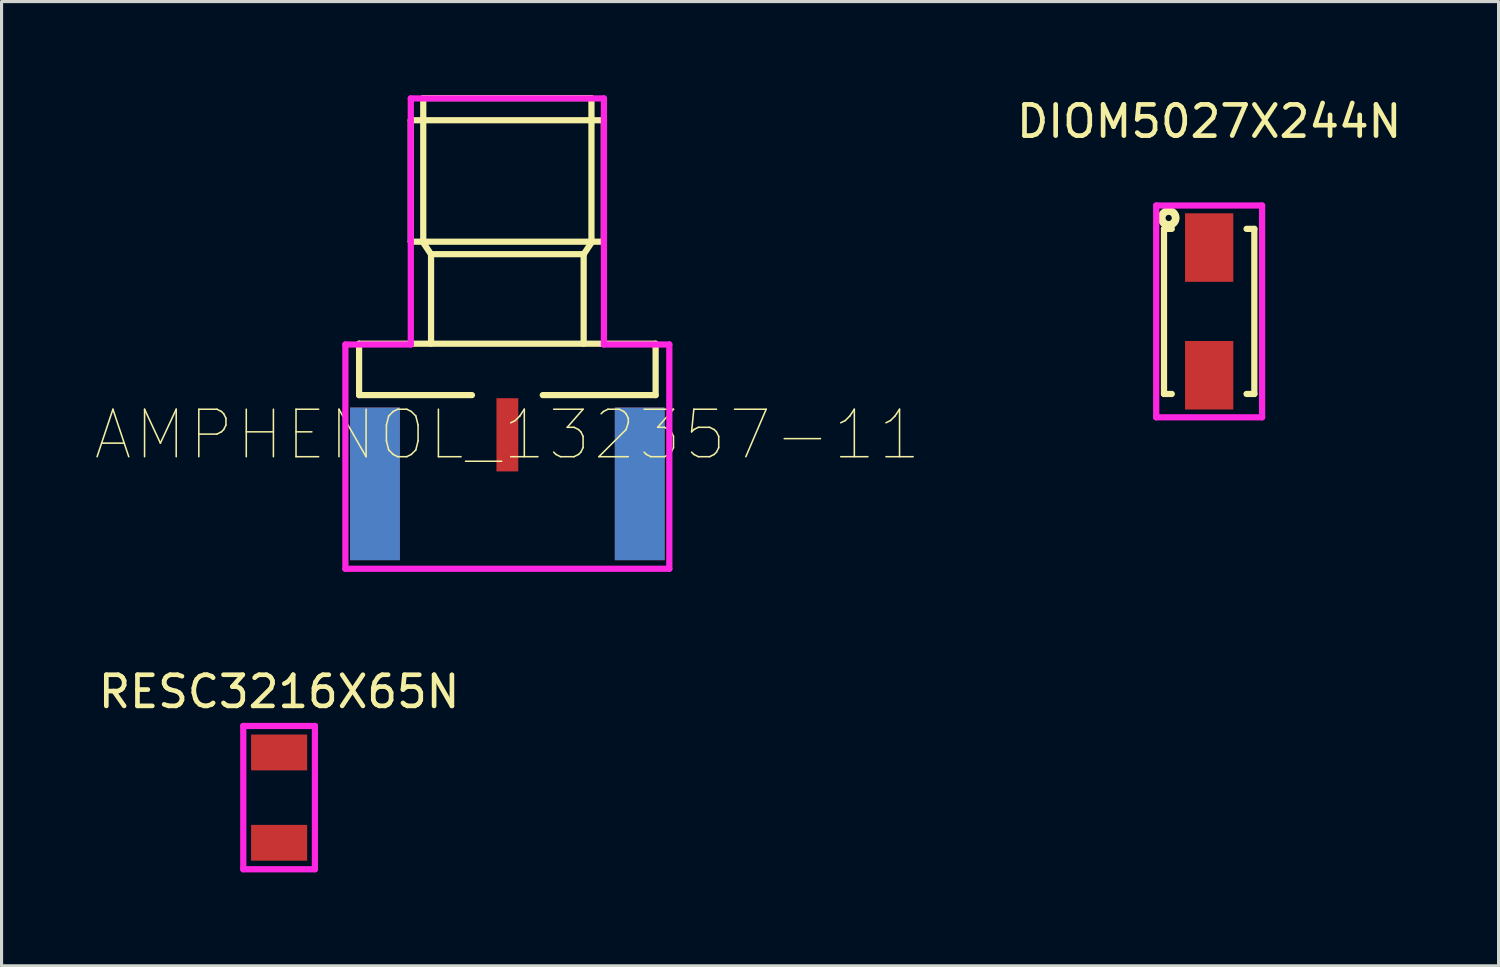
<source format=kicad_pcb>
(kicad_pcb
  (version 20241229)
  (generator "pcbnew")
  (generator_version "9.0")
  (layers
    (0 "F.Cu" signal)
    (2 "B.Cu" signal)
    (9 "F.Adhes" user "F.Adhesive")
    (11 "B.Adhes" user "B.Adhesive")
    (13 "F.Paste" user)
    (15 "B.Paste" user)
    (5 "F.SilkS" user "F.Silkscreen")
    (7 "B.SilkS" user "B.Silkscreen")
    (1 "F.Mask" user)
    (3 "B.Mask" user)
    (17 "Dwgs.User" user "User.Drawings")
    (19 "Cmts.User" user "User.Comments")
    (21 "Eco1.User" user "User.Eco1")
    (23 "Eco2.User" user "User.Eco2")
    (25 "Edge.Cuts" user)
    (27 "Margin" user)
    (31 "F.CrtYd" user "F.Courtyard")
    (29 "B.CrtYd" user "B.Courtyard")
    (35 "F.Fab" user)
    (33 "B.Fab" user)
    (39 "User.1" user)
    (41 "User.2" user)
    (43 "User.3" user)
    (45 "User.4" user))
  (footprint "DIOM5027X244N"
    (layer "F.Cu")
    (at 35.771 6.948)
    (property "Reference" "DIOM5027X244N" (at 0 -6.1 0) (layer "F.SilkS") (effects (font (size 1 1) (thickness 0.15))))
    (attr through_hole)
    (fp_line (start -1.45 -2.65) (end -1.45 2.65) (stroke (width 0.2) (type solid)) (layer "F.SilkS"))
    (fp_line (start -1.45 -2.65) (end -1.2 -2.65) (stroke (width 0.2) (type solid)) (layer "F.SilkS"))
    (fp_line (start -1.45 2.65) (end -1.2 2.65) (stroke (width 0.2) (type solid)) (layer "F.SilkS"))
    (fp_line (start 1.2 -2.65) (end 1.45 -2.65) (stroke (width 0.2) (type solid)) (layer "F.SilkS"))
    (fp_line (start 1.2 2.65) (end 1.45 2.65) (stroke (width 0.2) (type solid)) (layer "F.SilkS"))
    (fp_line (start 1.45 2.65) (end 1.45 -2.65) (stroke (width 0.2) (type solid)) (layer "F.SilkS"))
    (fp_circle (center -1.3 -3) (end -1.2 -3) (stroke (width 0.25) (type solid)) (fill no) (layer "F.SilkS"))
    (fp_line (start -1.7 -3.4) (end -1.7 3.4) (stroke (width 0.2) (type solid)) (layer "F.CrtYd"))
    (fp_line (start -1.7 3.4) (end 1.7 3.4) (stroke (width 0.2) (type solid)) (layer "F.CrtYd"))
    (fp_line (start 1.7 -3.4) (end -1.7 -3.4) (stroke (width 0.2) (type solid)) (layer "F.CrtYd"))
    (fp_line (start 1.7 3.4) (end 1.7 -3.4) (stroke (width 0.2) (type solid)) (layer "F.CrtYd"))
    (pad "1" smd rect (at 0 -2.05) (size 1.55 2.2) (layers "F.Cu" "F.Mask" "F.Paste"))
    (pad "2" smd rect (at 0 2.05) (size 1.55 2.2) (layers "F.Cu" "F.Mask" "F.Paste")))
  (footprint "AMPHENOL_132357-11"
    (layer "F.Cu")
    (at 13.239 10.91)
    (property "Reference" "AMPHENOL_132357-11" (at 0 0 0) (layer "F.SilkS") (effects (font (size 1.524 1.524) (thickness 0.05))))
    (attr smd)
    (fp_line (start -4.76 -2.925) (end 4.76 -2.925) (stroke (width 0.2) (type solid)) (layer "F.SilkS"))
    (fp_line (start -4.76 -1.275) (end -4.76 -2.925) (stroke (width 0.2) (type solid)) (layer "F.SilkS"))
    (fp_line (start -4.76 -1.275) (end -1.137 -1.275) (stroke (width 0.2) (type solid)) (layer "F.SilkS"))
    (fp_line (start -3.1 -10.1) (end 3.1 -10.1) (stroke (width 0.2) (type solid)) (layer "F.SilkS"))
    (fp_line (start -3.1 -6.2) (end -3.1 -10.1) (stroke (width 0.2) (type solid)) (layer "F.SilkS"))
    (fp_line (start -3.1 -6.2) (end 3.1 -6.2) (stroke (width 0.2) (type solid)) (layer "F.SilkS"))
    (fp_line (start -2.7 -10.81) (end 2.7 -10.81) (stroke (width 0.2) (type solid)) (layer "F.SilkS"))
    (fp_line (start -2.7 -6.2) (end -2.7 -10.81) (stroke (width 0.2) (type solid)) (layer "F.SilkS"))
    (fp_line (start -2.7 -6.17) (end -2.45 -5.795) (stroke (width 0.2) (type solid)) (layer "F.SilkS"))
    (fp_line (start -2.45 -5.8) (end 2.45 -5.8) (stroke (width 0.2) (type solid)) (layer "F.SilkS"))
    (fp_line (start -2.45 -2.925) (end -2.45 -5.795) (stroke (width 0.2) (type solid)) (layer "F.SilkS"))
    (fp_line (start 1.137 -1.275) (end 4.76 -1.275) (stroke (width 0.2) (type solid)) (layer "F.SilkS"))
    (fp_line (start 2.45 -2.925) (end 2.45 -5.795) (stroke (width 0.2) (type solid)) (layer "F.SilkS"))
    (fp_line (start 2.7 -10.8) (end 2.7 -6.2) (stroke (width 0.2) (type solid)) (layer "F.SilkS"))
    (fp_line (start 2.7 -6.17) (end 2.45 -5.795) (stroke (width 0.2) (type solid)) (layer "F.SilkS"))
    (fp_line (start 3.1 -6.2) (end 3.1 -10.1) (stroke (width 0.2) (type solid)) (layer "F.SilkS"))
    (fp_line (start 4.76 -1.275) (end 4.76 -2.925) (stroke (width 0.2) (type solid)) (layer "F.SilkS"))
    (fp_line (start -5.2 -2.9) (end -5.2 4.3) (stroke (width 0.2) (type solid)) (layer "F.CrtYd"))
    (fp_line (start -5.2 4.3) (end 5.2 4.3) (stroke (width 0.2) (type solid)) (layer "F.CrtYd"))
    (fp_line (start -3.1 -10.8) (end -3.1 -2.9) (stroke (width 0.2) (type solid)) (layer "F.CrtYd"))
    (fp_line (start -3.1 -2.9) (end -5.2 -2.9) (stroke (width 0.2) (type solid)) (layer "F.CrtYd"))
    (fp_line (start 3.1 -10.8) (end -3.1 -10.8) (stroke (width 0.2) (type solid)) (layer "F.CrtYd"))
    (fp_line (start 3.1 -2.9) (end 3.1 -10.8) (stroke (width 0.2) (type solid)) (layer "F.CrtYd"))
    (fp_line (start 5.2 -2.9) (end 3.1 -2.9) (stroke (width 0.2) (type solid)) (layer "F.CrtYd"))
    (fp_line (start 5.2 4.3) (end 5.2 -2.9) (stroke (width 0.2) (type solid)) (layer "F.CrtYd"))
    (pad "1" smd rect (at 0 0 270) (size 2.35 0.7) (layers "F.Cu" "F.Mask" "F.Paste"))
    (pad "2" smd rect (at -4.25 1.575 270) (size 4.9 1.6) (layers "F.Cu" "F.Mask" "F.Paste"))
    (pad "2" smd rect (at -4.25 1.575 270) (size 4.9 1.6) (layers "B.Cu" "B.Mask" "B.Paste"))
    (pad "2" smd rect (at 4.25 1.575 270) (size 4.9 1.6) (layers "F.Cu" "F.Mask" "F.Paste"))
    (pad "2" smd rect (at 4.25 1.575 270) (size 4.9 1.6) (layers "B.Cu" "B.Mask" "B.Paste")))
  (footprint "RESC3216X65N"
    (layer "F.Cu")
    (at 5.911 22.558)
    (property "Reference" "RESC3216X65N" (at 0 -3.4 0) (layer "F.SilkS") (effects (font (size 1 1) (thickness 0.15))))
    (attr through_hole)
    (fp_line (start -1.15 -2.3) (end -1.15 2.3) (stroke (width 0.2) (type solid)) (layer "F.CrtYd"))
    (fp_line (start -1.15 2.3) (end 1.15 2.3) (stroke (width 0.2) (type solid)) (layer "F.CrtYd"))
    (fp_line (start 1.15 -2.3) (end -1.15 -2.3) (stroke (width 0.2) (type solid)) (layer "F.CrtYd"))
    (fp_line (start 1.15 2.3) (end 1.15 -2.3) (stroke (width 0.2) (type solid)) (layer "F.CrtYd"))
    (pad "1" smd rect (at 0 1.45 90) (size 1.15 1.8) (layers "F.Cu" "F.Mask" "F.Paste"))
    (pad "2" smd rect (at 0 -1.45 90) (size 1.15 1.8) (layers "F.Cu" "F.Mask" "F.Paste")))
  (gr_rect
    (start -3 -3)
    (end 45.062 27.958)
    (stroke (width 0.1) (type default))
    (fill no)
    (layer "Edge.Cuts")))
</source>
